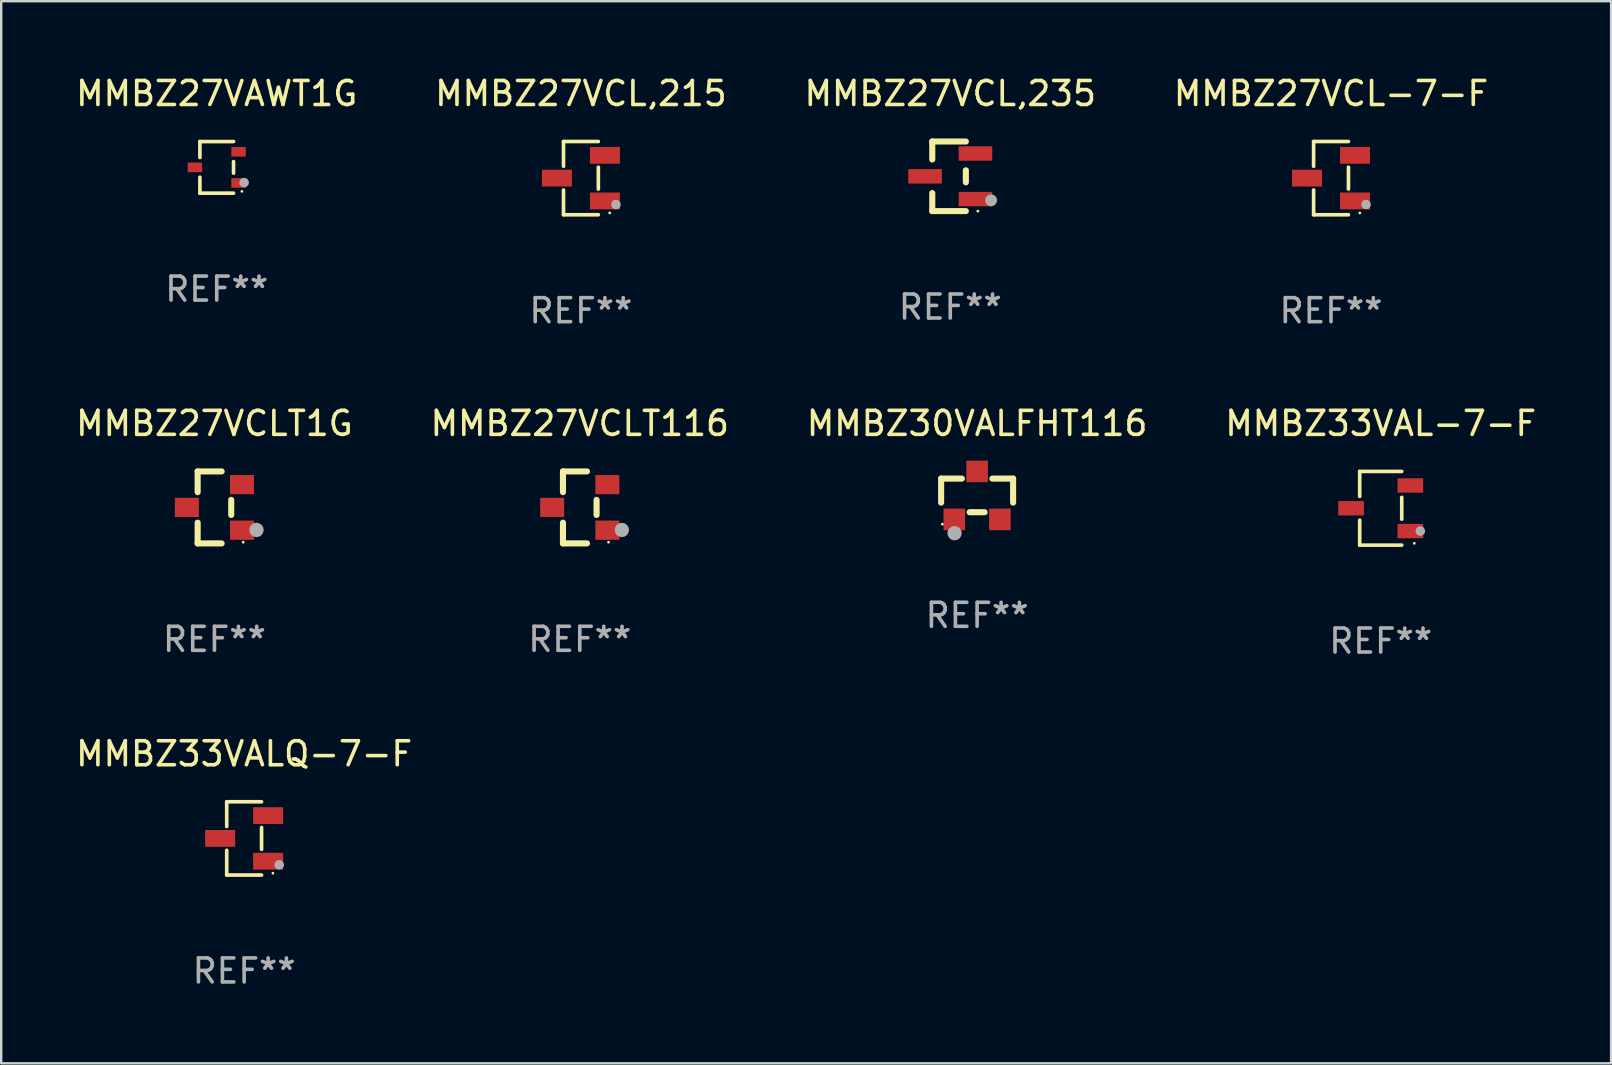
<source format=kicad_pcb>
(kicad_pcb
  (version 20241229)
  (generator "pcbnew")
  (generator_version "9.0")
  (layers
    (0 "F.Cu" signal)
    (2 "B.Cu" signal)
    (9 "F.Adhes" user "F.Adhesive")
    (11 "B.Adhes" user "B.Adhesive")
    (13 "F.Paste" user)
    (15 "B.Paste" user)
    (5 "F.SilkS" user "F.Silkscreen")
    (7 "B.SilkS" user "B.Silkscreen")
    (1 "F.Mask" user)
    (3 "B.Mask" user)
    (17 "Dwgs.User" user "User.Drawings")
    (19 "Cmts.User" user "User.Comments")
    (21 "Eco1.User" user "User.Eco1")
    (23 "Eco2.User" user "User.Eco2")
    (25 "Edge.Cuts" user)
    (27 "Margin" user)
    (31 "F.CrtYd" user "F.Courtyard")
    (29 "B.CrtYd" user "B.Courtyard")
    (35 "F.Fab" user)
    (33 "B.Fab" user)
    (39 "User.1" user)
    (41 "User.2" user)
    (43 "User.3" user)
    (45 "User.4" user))
  (footprint "MMBZ27VCL-7-F"
    (layer "F.Cu")
    (at 52.423 4.374)
    (property "Reference" "MMBZ27VCL-7-F" (at 0 -3.526 0) (layer "F.SilkS") (effects (font (size 1 1) (thickness 0.15))))
    (attr through_hole)
    (fp_line (start -0.726 -1.526) (end -0.726 -0.495) (stroke (width 0.152) (type solid)) (layer "F.SilkS"))
    (fp_line (start -0.726 1.526) (end -0.726 0.495) (stroke (width 0.152) (type solid)) (layer "F.SilkS"))
    (fp_line (start 0.726 -1.526) (end -0.726 -1.526) (stroke (width 0.152) (type solid)) (layer "F.SilkS"))
    (fp_line (start 0.726 -0.455) (end 0.726 0.455) (stroke (width 0.152) (type solid)) (layer "F.SilkS"))
    (fp_line (start 0.726 1.526) (end -0.726 1.526) (stroke (width 0.152) (type solid)) (layer "F.SilkS"))
    (fp_circle (center 1.2 1.45) (end 1.23 1.45) (stroke (width 0.06) (type solid)) (fill no) (layer "F.SilkS"))
    (fp_circle (center 1.46 1.1) (end 1.56 1.1) (stroke (width 0.2) (type solid)) (fill no) (layer "F.Fab"))
    (fp_text user "REF**" (at 0 5.526 0) (layer "F.Fab") (effects (font (size 1 1) (thickness 0.15))))
    (pad "1" smd rect (at 1 0.95) (size 1.25 0.7) (layers "F.Cu" "F.Mask" "F.Paste"))
    (pad "2" smd rect (at 1 -0.95) (size 1.25 0.7) (layers "F.Cu" "F.Mask" "F.Paste"))
    (pad "3" smd rect (at -1 0) (size 1.25 0.7) (layers "F.Cu" "F.Mask" "F.Paste")))
  (footprint "MMBZ27VCL,235"
    (layer "F.Cu")
    (at 36.554 4.298)
    (property "Reference" "MMBZ27VCL,235" (at 0 -3.45 0) (layer "F.SilkS") (effects (font (size 1 1) (thickness 0.15))))
    (attr through_hole)
    (fp_line (start -0.75 -1.45) (end 0.65 -1.45) (stroke (width 0.254) (type solid)) (layer "F.SilkS"))
    (fp_line (start -0.75 -0.7) (end -0.75 -1.45) (stroke (width 0.254) (type solid)) (layer "F.SilkS"))
    (fp_line (start -0.75 1.45) (end -0.75 0.7) (stroke (width 0.254) (type solid)) (layer "F.SilkS"))
    (fp_line (start -0.75 1.45) (end 0.65 1.45) (stroke (width 0.254) (type solid)) (layer "F.SilkS"))
    (fp_line (start 0.65 0.25) (end 0.65 -0.25) (stroke (width 0.254) (type solid)) (layer "F.SilkS"))
    (fp_circle (center 1.15 1.45) (end 1.18 1.45) (stroke (width 0.06) (type solid)) (fill no) (layer "F.SilkS"))
    (fp_circle (center 1.7 1) (end 1.825 1) (stroke (width 0.25) (type solid)) (fill no) (layer "F.Fab"))
    (fp_text user "REF**" (at 0 5.45 0) (layer "F.Fab") (effects (font (size 1 1) (thickness 0.15))))
    (pad "1" smd rect (at 1.05 0.95) (size 1.4 0.6) (layers "F.Cu" "F.Mask" "F.Paste"))
    (pad "2" smd rect (at 1.05 -0.95) (size 1.4 0.6) (layers "F.Cu" "F.Mask" "F.Paste"))
    (pad "3" smd rect (at -1.05 0) (size 1.4 0.6) (layers "F.Cu" "F.Mask" "F.Paste")))
  (footprint "MMBZ27VCLT116"
    (layer "F.Cu")
    (at 21.113 18.097)
    (property "Reference" "MMBZ27VCLT116" (at 0 -3.5 0) (layer "F.SilkS") (effects (font (size 1 1) (thickness 0.15))))
    (attr through_hole)
    (fp_line (start -0.7 -1.5) (end 0.3 -1.5) (stroke (width 0.254) (type solid)) (layer "F.SilkS"))
    (fp_line (start -0.7 -0.636) (end -0.7 -1.5) (stroke (width 0.254) (type solid)) (layer "F.SilkS"))
    (fp_line (start -0.7 1.5) (end -0.7 0.636) (stroke (width 0.254) (type solid)) (layer "F.SilkS"))
    (fp_line (start -0.7 1.5) (end 0.3 1.5) (stroke (width 0.254) (type solid)) (layer "F.SilkS"))
    (fp_line (start 0.7 0.314) (end 0.7 -0.314) (stroke (width 0.254) (type solid)) (layer "F.SilkS"))
    (fp_circle (center 1.2 1.45) (end 1.23 1.45) (stroke (width 0.06) (type solid)) (fill no) (layer "F.SilkS"))
    (fp_circle (center 1.753 0.94) (end 1.903 0.94) (stroke (width 0.3) (type solid)) (fill no) (layer "F.Fab"))
    (fp_text user "REF**" (at 0 5.5 0) (layer "F.Fab") (effects (font (size 1 1) (thickness 0.15))))
    (pad "1" smd rect (at 1.15 0.95 180) (size 1 0.8) (layers "F.Cu" "F.Mask" "F.Paste"))
    (pad "2" smd rect (at 1.15 -0.95 180) (size 1 0.8) (layers "F.Cu" "F.Mask" "F.Paste"))
    (pad "3" smd rect (at -1.15 -0.000051 180) (size 1 0.8) (layers "F.Cu" "F.Mask" "F.Paste")))
  (footprint "MMBZ30VALFHT116"
    (layer "F.Cu")
    (at 37.673 17.597)
    (property "Reference" "MMBZ30VALFHT116" (at 0 -3 0) (layer "F.SilkS") (effects (font (size 1 1) (thickness 0.15))))
    (attr through_hole)
    (fp_line (start -1.5 -0.7) (end -1.5 0.3) (stroke (width 0.254) (type solid)) (layer "F.SilkS"))
    (fp_line (start -1.5 -0.7) (end -0.636 -0.7) (stroke (width 0.254) (type solid)) (layer "F.SilkS"))
    (fp_line (start -0.314 0.7) (end 0.314 0.7) (stroke (width 0.254) (type solid)) (layer "F.SilkS"))
    (fp_line (start 0.636 -0.7) (end 1.5 -0.7) (stroke (width 0.254) (type solid)) (layer "F.SilkS"))
    (fp_line (start 1.5 -0.7) (end 1.5 0.3) (stroke (width 0.254) (type solid)) (layer "F.SilkS"))
    (fp_circle (center -1.45 1.2) (end -1.42 1.2) (stroke (width 0.06) (type solid)) (fill no) (layer "F.SilkS"))
    (fp_circle (center -0.94 1.575) (end -0.79 1.575) (stroke (width 0.3) (type solid)) (fill no) (layer "F.Fab"))
    (fp_text user "REF**" (at 0 5 0) (layer "F.Fab") (effects (font (size 1 1) (thickness 0.15))))
    (pad "1" smd rect (at -0.95 1) (size 0.9 0.9) (layers "F.Cu" "F.Mask" "F.Paste"))
    (pad "2" smd rect (at 0.95 1) (size 0.9 0.9) (layers "F.Cu" "F.Mask" "F.Paste"))
    (pad "3" smd rect (at 0.000051 -1) (size 0.9 0.9) (layers "F.Cu" "F.Mask" "F.Paste")))
  (footprint "MMBZ33VAL-7-F"
    (layer "F.Cu")
    (at 54.494 18.133)
    (property "Reference" "MMBZ33VAL-7-F" (at 0 -3.536 0) (layer "F.SilkS") (effects (font (size 1 1) (thickness 0.15))))
    (attr through_hole)
    (fp_line (start -0.876 -1.536) (end -0.876 -0.495) (stroke (width 0.152) (type solid)) (layer "F.SilkS"))
    (fp_line (start -0.876 1.536) (end -0.876 0.495) (stroke (width 0.152) (type solid)) (layer "F.SilkS"))
    (fp_line (start 0.876 -1.536) (end -0.876 -1.536) (stroke (width 0.152) (type solid)) (layer "F.SilkS"))
    (fp_line (start 0.876 -0.455) (end 0.876 0.455) (stroke (width 0.152) (type solid)) (layer "F.SilkS"))
    (fp_line (start 0.876 1.536) (end -0.876 1.536) (stroke (width 0.152) (type solid)) (layer "F.SilkS"))
    (fp_circle (center 1.4 1.46) (end 1.43 1.46) (stroke (width 0.06) (type solid)) (fill no) (layer "F.SilkS"))
    (fp_circle (center 1.651 0.95) (end 1.751 0.95) (stroke (width 0.2) (type solid)) (fill no) (layer "F.Fab"))
    (fp_text user "REF**" (at 0 5.536 0) (layer "F.Fab") (effects (font (size 1 1) (thickness 0.15))))
    (pad "1" smd rect (at 1.235 0.95) (size 1.07 0.6) (layers "F.Cu" "F.Mask" "F.Paste"))
    (pad "2" smd rect (at 1.235 -0.95) (size 1.07 0.6) (layers "F.Cu" "F.Mask" "F.Paste"))
    (pad "3" smd rect (at -1.235 0) (size 1.07 0.6) (layers "F.Cu" "F.Mask" "F.Paste")))
  (footprint "MMBZ33VALQ-7-F"
    (layer "F.Cu")
    (at 7.125 31.892)
    (property "Reference" "MMBZ33VALQ-7-F" (at 0 -3.526 0) (layer "F.SilkS") (effects (font (size 1 1) (thickness 0.15))))
    (attr through_hole)
    (fp_line (start -0.726 -1.526) (end -0.726 -0.495) (stroke (width 0.152) (type solid)) (layer "F.SilkS"))
    (fp_line (start -0.726 1.526) (end -0.726 0.495) (stroke (width 0.152) (type solid)) (layer "F.SilkS"))
    (fp_line (start 0.726 -1.526) (end -0.726 -1.526) (stroke (width 0.152) (type solid)) (layer "F.SilkS"))
    (fp_line (start 0.726 -0.455) (end 0.726 0.455) (stroke (width 0.152) (type solid)) (layer "F.SilkS"))
    (fp_line (start 0.726 1.526) (end -0.726 1.526) (stroke (width 0.152) (type solid)) (layer "F.SilkS"))
    (fp_circle (center 1.2 1.45) (end 1.23 1.45) (stroke (width 0.06) (type solid)) (fill no) (layer "F.SilkS"))
    (fp_circle (center 1.46 1.1) (end 1.56 1.1) (stroke (width 0.2) (type solid)) (fill no) (layer "F.Fab"))
    (fp_text user "REF**" (at 0 5.526 0) (layer "F.Fab") (effects (font (size 1 1) (thickness 0.15))))
    (pad "1" smd rect (at 1 0.95) (size 1.25 0.7) (layers "F.Cu" "F.Mask" "F.Paste"))
    (pad "2" smd rect (at 1 -0.95) (size 1.25 0.7) (layers "F.Cu" "F.Mask" "F.Paste"))
    (pad "3" smd rect (at -1 0) (size 1.25 0.7) (layers "F.Cu" "F.Mask" "F.Paste")))
  (footprint "MMBZ27VCLT1G"
    (layer "F.Cu")
    (at 5.887 18.097)
    (property "Reference" "MMBZ27VCLT1G" (at 0 -3.5 0) (layer "F.SilkS") (effects (font (size 1 1) (thickness 0.15))))
    (attr through_hole)
    (fp_line (start -0.7 -1.5) (end 0.3 -1.5) (stroke (width 0.254) (type solid)) (layer "F.SilkS"))
    (fp_line (start -0.7 -0.636) (end -0.7 -1.5) (stroke (width 0.254) (type solid)) (layer "F.SilkS"))
    (fp_line (start -0.7 1.5) (end -0.7 0.636) (stroke (width 0.254) (type solid)) (layer "F.SilkS"))
    (fp_line (start -0.7 1.5) (end 0.3 1.5) (stroke (width 0.254) (type solid)) (layer "F.SilkS"))
    (fp_line (start 0.7 0.314) (end 0.7 -0.314) (stroke (width 0.254) (type solid)) (layer "F.SilkS"))
    (fp_circle (center 1.2 1.45) (end 1.23 1.45) (stroke (width 0.06) (type solid)) (fill no) (layer "F.SilkS"))
    (fp_circle (center 1.753 0.94) (end 1.903 0.94) (stroke (width 0.3) (type solid)) (fill no) (layer "F.Fab"))
    (fp_text user "REF**" (at 0 5.5 0) (layer "F.Fab") (effects (font (size 1 1) (thickness 0.15))))
    (pad "1" smd rect (at 1.15 0.95 180) (size 1 0.8) (layers "F.Cu" "F.Mask" "F.Paste"))
    (pad "2" smd rect (at 1.15 -0.95 180) (size 1 0.8) (layers "F.Cu" "F.Mask" "F.Paste"))
    (pad "3" smd rect (at -1.15 -0.000051 180) (size 1 0.8) (layers "F.Cu" "F.Mask" "F.Paste")))
  (footprint "MMBZ27VCL,215"
    (layer "F.Cu")
    (at 21.161 4.374)
    (property "Reference" "MMBZ27VCL,215" (at 0 -3.526 0) (layer "F.SilkS") (effects (font (size 1 1) (thickness 0.15))))
    (attr through_hole)
    (fp_line (start -0.726 -1.526) (end -0.726 -0.495) (stroke (width 0.152) (type solid)) (layer "F.SilkS"))
    (fp_line (start -0.726 1.526) (end -0.726 0.495) (stroke (width 0.152) (type solid)) (layer "F.SilkS"))
    (fp_line (start 0.726 -1.526) (end -0.726 -1.526) (stroke (width 0.152) (type solid)) (layer "F.SilkS"))
    (fp_line (start 0.726 -0.455) (end 0.726 0.455) (stroke (width 0.152) (type solid)) (layer "F.SilkS"))
    (fp_line (start 0.726 1.526) (end -0.726 1.526) (stroke (width 0.152) (type solid)) (layer "F.SilkS"))
    (fp_circle (center 1.2 1.45) (end 1.23 1.45) (stroke (width 0.06) (type solid)) (fill no) (layer "F.SilkS"))
    (fp_circle (center 1.46 1.1) (end 1.56 1.1) (stroke (width 0.2) (type solid)) (fill no) (layer "F.Fab"))
    (fp_text user "REF**" (at 0 5.526 0) (layer "F.Fab") (effects (font (size 1 1) (thickness 0.15))))
    (pad "1" smd rect (at 1 0.95) (size 1.25 0.7) (layers "F.Cu" "F.Mask" "F.Paste"))
    (pad "2" smd rect (at 1 -0.95) (size 1.25 0.7) (layers "F.Cu" "F.Mask" "F.Paste"))
    (pad "3" smd rect (at -1 0) (size 1.25 0.7) (layers "F.Cu" "F.Mask" "F.Paste")))
  (footprint "MMBZ27VAWT1G"
    (layer "F.Cu")
    (at 5.982 3.925)
    (property "Reference" "MMBZ27VAWT1G" (at 0 -3.076 0) (layer "F.SilkS") (effects (font (size 1 1) (thickness 0.15))))
    (attr through_hole)
    (fp_line (start -0.701 -1.076) (end -0.701 -0.411) (stroke (width 0.152) (type solid)) (layer "F.SilkS"))
    (fp_line (start -0.701 1.076) (end -0.701 0.411) (stroke (width 0.152) (type solid)) (layer "F.SilkS"))
    (fp_line (start 0.701 -1.076) (end -0.701 -1.076) (stroke (width 0.152) (type solid)) (layer "F.SilkS"))
    (fp_line (start 0.701 -0.239) (end 0.701 0.239) (stroke (width 0.152) (type solid)) (layer "F.SilkS"))
    (fp_line (start 0.701 1.076) (end -0.701 1.076) (stroke (width 0.152) (type solid)) (layer "F.SilkS"))
    (fp_circle (center 1.05 1) (end 1.08 1) (stroke (width 0.06) (type solid)) (fill no) (layer "F.SilkS"))
    (fp_circle (center 1.143 0.635) (end 1.243 0.635) (stroke (width 0.2) (type solid)) (fill no) (layer "F.Fab"))
    (fp_text user "REF**" (at 0 5.076 0) (layer "F.Fab") (effects (font (size 1 1) (thickness 0.15))))
    (pad "1" smd rect (at 0.91 0.65) (size 0.6 0.4) (layers "F.Cu" "F.Mask" "F.Paste"))
    (pad "2" smd rect (at 0.91 -0.65) (size 0.6 0.4) (layers "F.Cu" "F.Mask" "F.Paste"))
    (pad "3" smd rect (at -0.91 0) (size 0.6 0.4) (layers "F.Cu" "F.Mask" "F.Paste")))
  (gr_rect
    (start -3 -3)
    (end 64.095 41.267)
    (stroke (width 0.1) (type default))
    (fill no)
    (layer "Edge.Cuts")))
</source>
